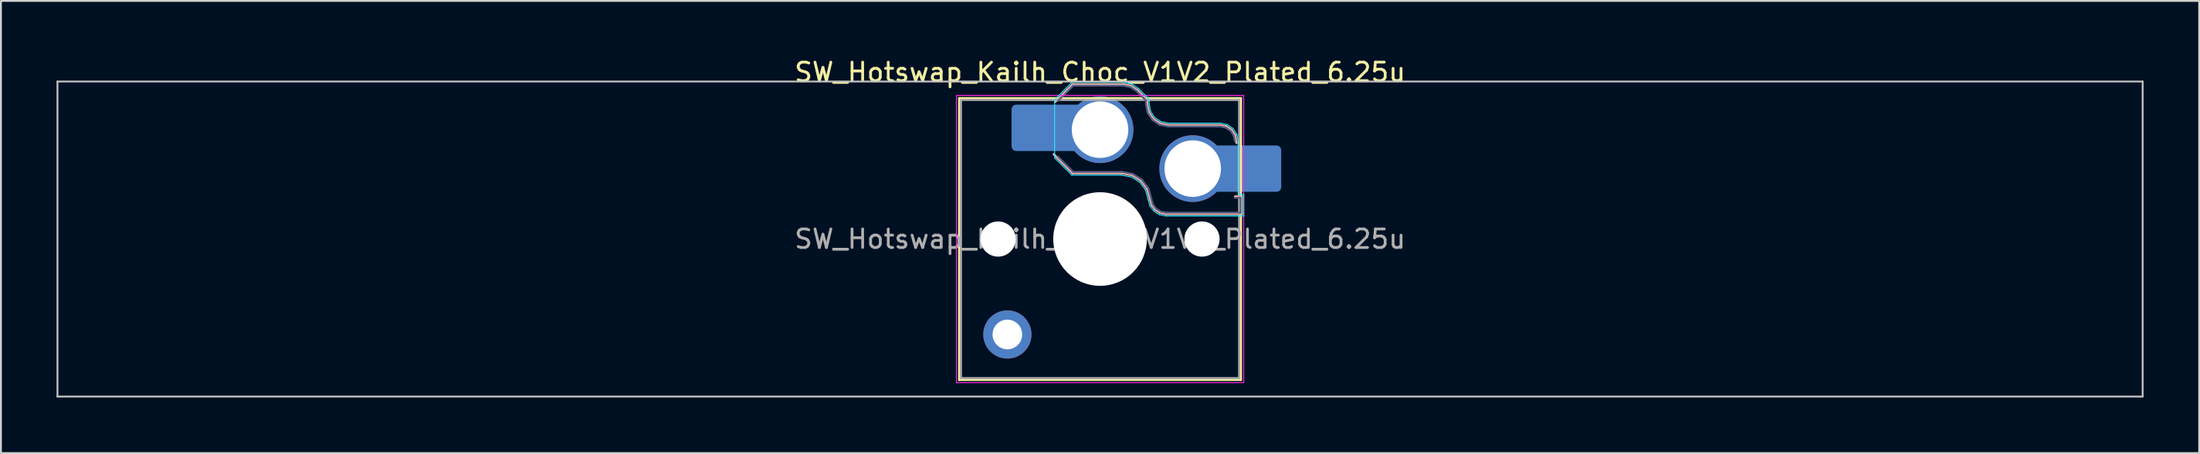
<source format=kicad_pcb>
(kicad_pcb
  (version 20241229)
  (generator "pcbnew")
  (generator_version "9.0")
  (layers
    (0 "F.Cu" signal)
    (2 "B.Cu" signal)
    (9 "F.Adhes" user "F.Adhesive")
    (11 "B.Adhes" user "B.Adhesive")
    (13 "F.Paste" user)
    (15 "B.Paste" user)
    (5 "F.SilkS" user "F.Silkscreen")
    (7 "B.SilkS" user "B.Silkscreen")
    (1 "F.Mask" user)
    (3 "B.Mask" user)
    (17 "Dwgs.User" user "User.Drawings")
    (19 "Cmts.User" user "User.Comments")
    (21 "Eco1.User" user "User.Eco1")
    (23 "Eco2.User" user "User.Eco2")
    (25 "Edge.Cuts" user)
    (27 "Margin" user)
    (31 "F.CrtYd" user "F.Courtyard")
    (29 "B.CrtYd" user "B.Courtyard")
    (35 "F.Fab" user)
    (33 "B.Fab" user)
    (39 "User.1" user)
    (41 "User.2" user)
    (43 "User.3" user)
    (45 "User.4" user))
  (footprint "SW_Hotswap_Kailh_Choc_V1V2_Plated_6.25u"
    (layer "F.Cu")
    (at 56.3 9.848)
    (property "Reference" "SW_Hotswap_Kailh_Choc_V1V2_Plated_6.25u" (at 0 -9 0) (layer "F.SilkS") (effects (font (size 1 1) (thickness 0.15))))
    (attr smd)
    (fp_line (start -7.6 -7.6) (end -7.6 7.6) (stroke (width 0.12) (type solid)) (layer "F.SilkS"))
    (fp_line (start -7.6 7.6) (end 7.6 7.6) (stroke (width 0.12) (type solid)) (layer "F.SilkS"))
    (fp_line (start 7.6 -7.6) (end -7.6 -7.6) (stroke (width 0.12) (type solid)) (layer "F.SilkS"))
    (fp_line (start 7.6 7.6) (end 7.6 -7.6) (stroke (width 0.12) (type solid)) (layer "F.SilkS"))
    (fp_line (start -2.416 -7.409) (end -1.479 -8.346) (stroke (width 0.12) (type solid)) (layer "B.SilkS"))
    (fp_line (start -1.479 -8.346) (end 1.268 -8.346) (stroke (width 0.12) (type solid)) (layer "B.SilkS"))
    (fp_line (start -1.479 -3.554) (end -2.5 -4.575) (stroke (width 0.12) (type solid)) (layer "B.SilkS"))
    (fp_line (start 1.168 -3.554) (end -1.479 -3.554) (stroke (width 0.12) (type solid)) (layer "B.SilkS"))
    (fp_line (start 1.268 -8.346) (end 1.671 -8.266) (stroke (width 0.12) (type solid)) (layer "B.SilkS"))
    (fp_line (start 1.671 -8.266) (end 2.013 -8.037) (stroke (width 0.12) (type solid)) (layer "B.SilkS"))
    (fp_line (start 1.73 -3.449) (end 1.168 -3.554) (stroke (width 0.12) (type solid)) (layer "B.SilkS"))
    (fp_line (start 2.013 -8.037) (end 2.546 -7.504) (stroke (width 0.12) (type solid)) (layer "B.SilkS"))
    (fp_line (start 2.209 -3.15) (end 1.73 -3.449) (stroke (width 0.12) (type solid)) (layer "B.SilkS"))
    (fp_line (start 2.546 -7.504) (end 2.546 -7.282) (stroke (width 0.12) (type solid)) (layer "B.SilkS"))
    (fp_line (start 2.546 -7.282) (end 2.633 -6.844) (stroke (width 0.12) (type solid)) (layer "B.SilkS"))
    (fp_line (start 2.547 -2.697) (end 2.209 -3.15) (stroke (width 0.12) (type solid)) (layer "B.SilkS"))
    (fp_line (start 2.633 -6.844) (end 2.877 -6.477) (stroke (width 0.12) (type solid)) (layer "B.SilkS"))
    (fp_line (start 2.701 -2.139) (end 2.547 -2.697) (stroke (width 0.12) (type solid)) (layer "B.SilkS"))
    (fp_line (start 2.783 -1.841) (end 2.701 -2.139) (stroke (width 0.12) (type solid)) (layer "B.SilkS"))
    (fp_line (start 2.877 -6.477) (end 3.244 -6.233) (stroke (width 0.12) (type solid)) (layer "B.SilkS"))
    (fp_line (start 2.976 -1.583) (end 2.783 -1.841) (stroke (width 0.12) (type solid)) (layer "B.SilkS"))
    (fp_line (start 3.244 -6.233) (end 3.682 -6.146) (stroke (width 0.12) (type solid)) (layer "B.SilkS"))
    (fp_line (start 3.25 -1.413) (end 2.976 -1.583) (stroke (width 0.12) (type solid)) (layer "B.SilkS"))
    (fp_line (start 3.56 -1.354) (end 3.25 -1.413) (stroke (width 0.12) (type solid)) (layer "B.SilkS"))
    (fp_line (start 3.682 -6.146) (end 6.482 -6.146) (stroke (width 0.12) (type solid)) (layer "B.SilkS"))
    (fp_line (start 6.482 -6.146) (end 6.809 -6.081) (stroke (width 0.12) (type solid)) (layer "B.SilkS"))
    (fp_line (start 6.809 -6.081) (end 7.092 -5.892) (stroke (width 0.12) (type solid)) (layer "B.SilkS"))
    (fp_line (start 7.092 -5.892) (end 7.281 -5.609) (stroke (width 0.12) (type solid)) (layer "B.SilkS"))
    (fp_line (start 7.281 -5.609) (end 7.366 -5.182) (stroke (width 0.12) (type solid)) (layer "B.SilkS"))
    (fp_line (start 7.283 -2.296) (end 7.646 -2.296) (stroke (width 0.12) (type solid)) (layer "B.SilkS"))
    (fp_line (start 7.646 -2.296) (end 7.646 -1.354) (stroke (width 0.12) (type solid)) (layer "B.SilkS"))
    (fp_line (start 7.646 -1.354) (end 3.56 -1.354) (stroke (width 0.12) (type solid)) (layer "B.SilkS"))
    (fp_line (start -56.25 -8.5) (end -56.25 8.5) (stroke (width 0.1) (type solid)) (layer "Dwgs.User"))
    (fp_line (start -56.25 8.5) (end 56.25 8.5) (stroke (width 0.1) (type solid)) (layer "Dwgs.User"))
    (fp_line (start 56.25 -8.5) (end -56.25 -8.5) (stroke (width 0.1) (type solid)) (layer "Dwgs.User"))
    (fp_line (start 56.25 8.5) (end 56.25 -8.5) (stroke (width 0.1) (type solid)) (layer "Dwgs.User"))
    (fp_line (start -7.25 -7.25) (end -7.25 7.25) (stroke (width 0.1) (type solid)) (layer "Eco1.User"))
    (fp_line (start -7.25 7.25) (end 7.25 7.25) (stroke (width 0.1) (type solid)) (layer "Eco1.User"))
    (fp_line (start 7.25 -7.25) (end -7.25 -7.25) (stroke (width 0.1) (type solid)) (layer "Eco1.User"))
    (fp_line (start 7.25 7.25) (end 7.25 -7.25) (stroke (width 0.1) (type solid)) (layer "Eco1.User"))
    (fp_line (start -2.452 -7.523) (end -1.523 -8.452) (stroke (width 0.05) (type solid)) (layer "B.CrtYd"))
    (fp_line (start -2.452 -4.377) (end -2.452 -7.523) (stroke (width 0.05) (type solid)) (layer "B.CrtYd"))
    (fp_line (start -1.523 -8.452) (end 1.278 -8.452) (stroke (width 0.05) (type solid)) (layer "B.CrtYd"))
    (fp_line (start -1.523 -3.448) (end -2.452 -4.377) (stroke (width 0.05) (type solid)) (layer "B.CrtYd"))
    (fp_line (start 1.159 -3.448) (end -1.523 -3.448) (stroke (width 0.05) (type solid)) (layer "B.CrtYd"))
    (fp_line (start 1.278 -8.452) (end 1.712 -8.366) (stroke (width 0.05) (type solid)) (layer "B.CrtYd"))
    (fp_line (start 1.691 -3.348) (end 1.159 -3.448) (stroke (width 0.05) (type solid)) (layer "B.CrtYd"))
    (fp_line (start 1.712 -8.366) (end 2.081 -8.119) (stroke (width 0.05) (type solid)) (layer "B.CrtYd"))
    (fp_line (start 2.081 -8.119) (end 2.652 -7.548) (stroke (width 0.05) (type solid)) (layer "B.CrtYd"))
    (fp_line (start 2.136 -3.071) (end 1.691 -3.348) (stroke (width 0.05) (type solid)) (layer "B.CrtYd"))
    (fp_line (start 2.45 -2.65) (end 2.136 -3.071) (stroke (width 0.05) (type solid)) (layer "B.CrtYd"))
    (fp_line (start 2.599 -2.111) (end 2.45 -2.65) (stroke (width 0.05) (type solid)) (layer "B.CrtYd"))
    (fp_line (start 2.652 -7.548) (end 2.652 -7.292) (stroke (width 0.05) (type solid)) (layer "B.CrtYd"))
    (fp_line (start 2.652 -7.292) (end 2.733 -6.885) (stroke (width 0.05) (type solid)) (layer "B.CrtYd"))
    (fp_line (start 2.687 -1.794) (end 2.599 -2.111) (stroke (width 0.05) (type solid)) (layer "B.CrtYd"))
    (fp_line (start 2.733 -6.885) (end 2.953 -6.553) (stroke (width 0.05) (type solid)) (layer "B.CrtYd"))
    (fp_line (start 2.903 -1.503) (end 2.687 -1.794) (stroke (width 0.05) (type solid)) (layer "B.CrtYd"))
    (fp_line (start 2.953 -6.553) (end 3.285 -6.333) (stroke (width 0.05) (type solid)) (layer "B.CrtYd"))
    (fp_line (start 3.211 -1.312) (end 2.903 -1.503) (stroke (width 0.05) (type solid)) (layer "B.CrtYd"))
    (fp_line (start 3.285 -6.333) (end 3.692 -6.252) (stroke (width 0.05) (type solid)) (layer "B.CrtYd"))
    (fp_line (start 3.55 -1.248) (end 3.211 -1.312) (stroke (width 0.05) (type solid)) (layer "B.CrtYd"))
    (fp_line (start 3.692 -6.252) (end 6.492 -6.252) (stroke (width 0.05) (type solid)) (layer "B.CrtYd"))
    (fp_line (start 6.492 -6.252) (end 6.85 -6.181) (stroke (width 0.05) (type solid)) (layer "B.CrtYd"))
    (fp_line (start 6.85 -6.181) (end 7.168 -5.968) (stroke (width 0.05) (type solid)) (layer "B.CrtYd"))
    (fp_line (start 7.168 -5.968) (end 7.381 -5.65) (stroke (width 0.05) (type solid)) (layer "B.CrtYd"))
    (fp_line (start 7.381 -5.65) (end 7.452 -5.292) (stroke (width 0.05) (type solid)) (layer "B.CrtYd"))
    (fp_line (start 7.452 -5.292) (end 7.452 -2.402) (stroke (width 0.05) (type solid)) (layer "B.CrtYd"))
    (fp_line (start 7.452 -2.402) (end 7.752 -2.402) (stroke (width 0.05) (type solid)) (layer "B.CrtYd"))
    (fp_line (start 7.752 -2.402) (end 7.752 -1.248) (stroke (width 0.05) (type solid)) (layer "B.CrtYd"))
    (fp_line (start 7.752 -1.248) (end 3.55 -1.248) (stroke (width 0.05) (type solid)) (layer "B.CrtYd"))
    (fp_line (start -7.75 -7.75) (end -7.75 7.75) (stroke (width 0.05) (type solid)) (layer "F.CrtYd"))
    (fp_line (start -7.75 7.75) (end 7.75 7.75) (stroke (width 0.05) (type solid)) (layer "F.CrtYd"))
    (fp_line (start 7.75 -7.75) (end -7.75 -7.75) (stroke (width 0.05) (type solid)) (layer "F.CrtYd"))
    (fp_line (start 7.75 7.75) (end 7.75 -7.75) (stroke (width 0.05) (type solid)) (layer "F.CrtYd"))
    (fp_line (start -2.275 -7.45) (end -1.45 -8.275) (stroke (width 0.1) (type solid)) (layer "B.Fab"))
    (fp_line (start -1.45 -8.275) (end 1.261 -8.275) (stroke (width 0.1) (type solid)) (layer "B.Fab"))
    (fp_line (start -1.45 -3.625) (end -2.275 -4.45) (stroke (width 0.1) (type solid)) (layer "B.Fab"))
    (fp_line (start 1.175 -3.625) (end -1.45 -3.625) (stroke (width 0.1) (type solid)) (layer "B.Fab"))
    (fp_line (start 1.261 -8.275) (end 1.643 -8.199) (stroke (width 0.1) (type solid)) (layer "B.Fab"))
    (fp_line (start 1.643 -8.199) (end 1.968 -7.982) (stroke (width 0.1) (type solid)) (layer "B.Fab"))
    (fp_line (start 1.756 -3.516) (end 1.175 -3.625) (stroke (width 0.1) (type solid)) (layer "B.Fab"))
    (fp_line (start 1.968 -7.982) (end 2.475 -7.475) (stroke (width 0.1) (type solid)) (layer "B.Fab"))
    (fp_line (start 2.258 -3.203) (end 1.756 -3.516) (stroke (width 0.1) (type solid)) (layer "B.Fab"))
    (fp_line (start 2.475 -7.475) (end 2.475 -7.275) (stroke (width 0.1) (type solid)) (layer "B.Fab"))
    (fp_line (start 2.475 -7.275) (end 2.566 -6.816) (stroke (width 0.1) (type solid)) (layer "B.Fab"))
    (fp_line (start 2.566 -6.816) (end 2.826 -6.426) (stroke (width 0.1) (type solid)) (layer "B.Fab"))
    (fp_line (start 2.612 -2.729) (end 2.258 -3.203) (stroke (width 0.1) (type solid)) (layer "B.Fab"))
    (fp_line (start 2.769 -2.158) (end 2.612 -2.729) (stroke (width 0.1) (type solid)) (layer "B.Fab"))
    (fp_line (start 2.826 -6.426) (end 3.216 -6.166) (stroke (width 0.1) (type solid)) (layer "B.Fab"))
    (fp_line (start 2.848 -1.873) (end 2.769 -2.158) (stroke (width 0.1) (type solid)) (layer "B.Fab"))
    (fp_line (start 3.025 -1.636) (end 2.848 -1.873) (stroke (width 0.1) (type solid)) (layer "B.Fab"))
    (fp_line (start 3.216 -6.166) (end 3.675 -6.075) (stroke (width 0.1) (type solid)) (layer "B.Fab"))
    (fp_line (start 3.276 -1.48) (end 3.025 -1.636) (stroke (width 0.1) (type solid)) (layer "B.Fab"))
    (fp_line (start 3.567 -1.425) (end 3.276 -1.48) (stroke (width 0.1) (type solid)) (layer "B.Fab"))
    (fp_line (start 3.675 -6.075) (end 6.475 -6.075) (stroke (width 0.1) (type solid)) (layer "B.Fab"))
    (fp_line (start 6.475 -6.075) (end 6.781 -6.014) (stroke (width 0.1) (type solid)) (layer "B.Fab"))
    (fp_line (start 6.781 -6.014) (end 7.041 -5.841) (stroke (width 0.1) (type solid)) (layer "B.Fab"))
    (fp_line (start 7.041 -5.841) (end 7.214 -5.581) (stroke (width 0.1) (type solid)) (layer "B.Fab"))
    (fp_line (start 7.214 -5.581) (end 7.275 -5.275) (stroke (width 0.1) (type solid)) (layer "B.Fab"))
    (fp_line (start 7.275 -2.225) (end 7.575 -2.225) (stroke (width 0.1) (type solid)) (layer "B.Fab"))
    (fp_line (start 7.575 -2.225) (end 7.575 -1.425) (stroke (width 0.1) (type solid)) (layer "B.Fab"))
    (fp_line (start 7.575 -1.425) (end 3.567 -1.425) (stroke (width 0.1) (type solid)) (layer "B.Fab"))
    (fp_line (start -7.5 -7.5) (end -7.5 7.5) (stroke (width 0.1) (type solid)) (layer "F.Fab"))
    (fp_line (start -7.5 7.5) (end 7.5 7.5) (stroke (width 0.1) (type solid)) (layer "F.Fab"))
    (fp_line (start 7.5 -7.5) (end -7.5 -7.5) (stroke (width 0.1) (type solid)) (layer "F.Fab"))
    (fp_line (start 7.5 7.5) (end 7.5 -7.5) (stroke (width 0.1) (type solid)) (layer "F.Fab"))
    (fp_text user "${REFERENCE}" (at 0 0 0) (layer "F.Fab") (effects (font (size 1 1) (thickness 0.15))))
    (pad "" np_thru_hole circle (at -5.5 0) (size 1.9 1.9) (drill 1.9) (layers "*.Cu" "*.Mask"))
    (pad "" smd circle (at -5 5.15) (size 1.65 1.65) (layers "F.Mask"))
    (pad "" thru_hole circle (at -5 5.15) (size 2.6 2.6) (drill 1.6) (layers "*.Cu" "B.Mask"))
    (pad "" smd roundrect (at -3.5 -6) (size 2.55 2.5) (layers "B.Mask" "B.Paste") (roundrect_rratio 0.1))
    (pad "" smd circle (at 0 -5.9) (size 3.1 3.1) (layers "F.Mask"))
    (pad "" np_thru_hole circle (at 0 0) (size 5.05 5.05) (drill 5.05) (layers "*.Cu" "*.Mask"))
    (pad "" smd circle (at 5 -3.8) (size 3.1 3.1) (layers "F.Mask"))
    (pad "" np_thru_hole circle (at 5.5 0) (size 1.9 1.9) (drill 1.9) (layers "*.Cu" "*.Mask"))
    (pad "" smd roundrect (at 8.5 -3.8) (size 2.55 2.5) (layers "B.Mask" "B.Paste") (roundrect_rratio 0.1))
    (pad "1" smd roundrect (at -2.85 -6) (size 3.85 2.5) (layers "B.Cu") (roundrect_rratio 0.1))
    (pad "1" thru_hole circle (at 0 -5.9) (size 3.6 3.6) (drill 3.05) (layers "*.Cu" "B.Mask"))
    (pad "2" thru_hole circle (at 5 -3.8) (size 3.6 3.6) (drill 3.05) (layers "*.Cu" "B.Mask"))
    (pad "2" smd roundrect (at 7.85 -3.8) (size 3.85 2.5) (layers "B.Cu") (roundrect_rratio 0.1)))
  (gr_rect
    (start -3 -3)
    (end 115.6 21.398)
    (stroke (width 0.1) (type default))
    (fill no)
    (layer "Edge.Cuts")))
</source>
